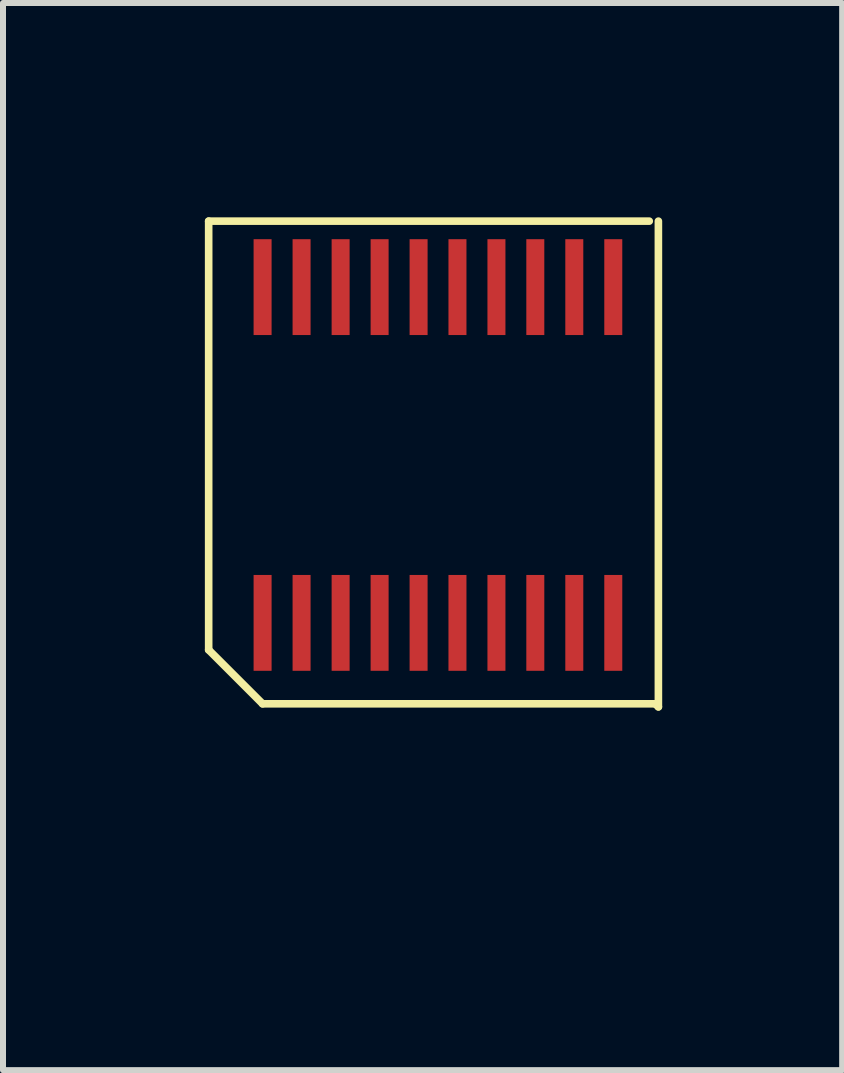
<source format=kicad_pcb>
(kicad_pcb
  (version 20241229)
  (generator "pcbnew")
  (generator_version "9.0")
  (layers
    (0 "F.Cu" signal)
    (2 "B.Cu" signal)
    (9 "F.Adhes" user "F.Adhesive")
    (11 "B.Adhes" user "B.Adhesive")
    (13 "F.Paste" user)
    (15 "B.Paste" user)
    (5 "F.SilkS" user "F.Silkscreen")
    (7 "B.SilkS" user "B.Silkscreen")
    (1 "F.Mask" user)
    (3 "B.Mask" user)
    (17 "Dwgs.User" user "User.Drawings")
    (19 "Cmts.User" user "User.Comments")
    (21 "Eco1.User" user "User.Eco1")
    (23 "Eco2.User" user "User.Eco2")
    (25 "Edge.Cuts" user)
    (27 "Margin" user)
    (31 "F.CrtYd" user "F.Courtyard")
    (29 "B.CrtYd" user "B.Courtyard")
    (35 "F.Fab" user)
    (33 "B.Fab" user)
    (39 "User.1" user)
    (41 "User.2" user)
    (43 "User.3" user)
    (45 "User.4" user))
  (footprint "LSF0108"
    (layer "F.Cu")
    (at 4.277 4.536)
    (property "Reference" "LSF0108" (at 0 0 0) (layer "Cmts.User") (effects (font (size 0.001 0.001) (thickness 0.000001))))
    (attr through_hole)
    (fp_line (start -3.848 -3.899) (end -3.848 3.249) (stroke (width 0.127) (type solid)) (layer "F.SilkS"))
    (fp_line (start -3.848 3.249) (end -2.949 4.148) (stroke (width 0.127) (type solid)) (layer "F.SilkS"))
    (fp_line (start -2.949 4.148) (end 3.599 4.148) (stroke (width 0.127) (type solid)) (layer "F.SilkS"))
    (fp_line (start 3.498 -3.899) (end -3.848 -3.899) (stroke (width 0.127) (type solid)) (layer "F.SilkS"))
    (fp_line (start 3.599 4.148) (end 3.65 4.199) (stroke (width 0.127) (type solid)) (layer "F.SilkS"))
    (fp_line (start 3.65 4.199) (end 3.65 -3.899) (stroke (width 0.127) (type solid)) (layer "F.SilkS"))
    (fp_text user "NAME" (at -1.659 -3.614 0) (layer "Eco1.User") (effects (font (size 1.27 1.27) (thickness 0.102))))
    (fp_text user "VALUE" (at -1.41 6.335 0) (layer "Eco1.User") (effects (font (size 1.27 1.27) (thickness 0.102))))
    (pad "1" smd rect (at -2.949 2.799 90) (size 1.598 0.3) (layers "F.Cu" "F.Mask" "F.Paste"))
    (pad "2" smd rect (at -2.299 2.799 90) (size 1.598 0.3) (layers "F.Cu" "F.Mask" "F.Paste"))
    (pad "3" smd rect (at -1.648 2.799 90) (size 1.598 0.3) (layers "F.Cu" "F.Mask" "F.Paste"))
    (pad "4" smd rect (at -0.998 2.799 90) (size 1.598 0.3) (layers "F.Cu" "F.Mask" "F.Paste"))
    (pad "5" smd rect (at -0.348 2.799 90) (size 1.598 0.3) (layers "F.Cu" "F.Mask" "F.Paste"))
    (pad "6" smd rect (at 0.3 2.799 90) (size 1.598 0.3) (layers "F.Cu" "F.Mask" "F.Paste"))
    (pad "7" smd rect (at 0.95 2.799 90) (size 1.598 0.3) (layers "F.Cu" "F.Mask" "F.Paste"))
    (pad "8" smd rect (at 1.598 2.799 90) (size 1.598 0.3) (layers "F.Cu" "F.Mask" "F.Paste"))
    (pad "9" smd rect (at 2.248 2.799 90) (size 1.598 0.3) (layers "F.Cu" "F.Mask" "F.Paste"))
    (pad "10" smd rect (at 2.898 2.799 90) (size 1.598 0.3) (layers "F.Cu" "F.Mask" "F.Paste"))
    (pad "11" smd rect (at 2.898 -2.799 90) (size 1.598 0.3) (layers "F.Cu" "F.Mask" "F.Paste"))
    (pad "12" smd rect (at 2.248 -2.799 90) (size 1.598 0.3) (layers "F.Cu" "F.Mask" "F.Paste"))
    (pad "13" smd rect (at 1.598 -2.799 90) (size 1.598 0.3) (layers "F.Cu" "F.Mask" "F.Paste"))
    (pad "14" smd rect (at 0.95 -2.799 90) (size 1.598 0.3) (layers "F.Cu" "F.Mask" "F.Paste"))
    (pad "15" smd rect (at 0.3 -2.799 90) (size 1.598 0.3) (layers "F.Cu" "F.Mask" "F.Paste"))
    (pad "16" smd rect (at -0.348 -2.799 90) (size 1.598 0.3) (layers "F.Cu" "F.Mask" "F.Paste"))
    (pad "17" smd rect (at -0.998 -2.799 90) (size 1.598 0.3) (layers "F.Cu" "F.Mask" "F.Paste"))
    (pad "18" smd rect (at -1.648 -2.799 90) (size 1.598 0.3) (layers "F.Cu" "F.Mask" "F.Paste"))
    (pad "19" smd rect (at -2.299 -2.799 90) (size 1.598 0.3) (layers "F.Cu" "F.Mask" "F.Paste"))
    (pad "20" smd rect (at -2.949 -2.799 90) (size 1.598 0.3) (layers "F.Cu" "F.Mask" "F.Paste")))
  (gr_rect
    (start -3 -3)
    (end 10.991 14.792)
    (stroke (width 0.1) (type default))
    (fill no)
    (layer "Edge.Cuts")))
</source>
